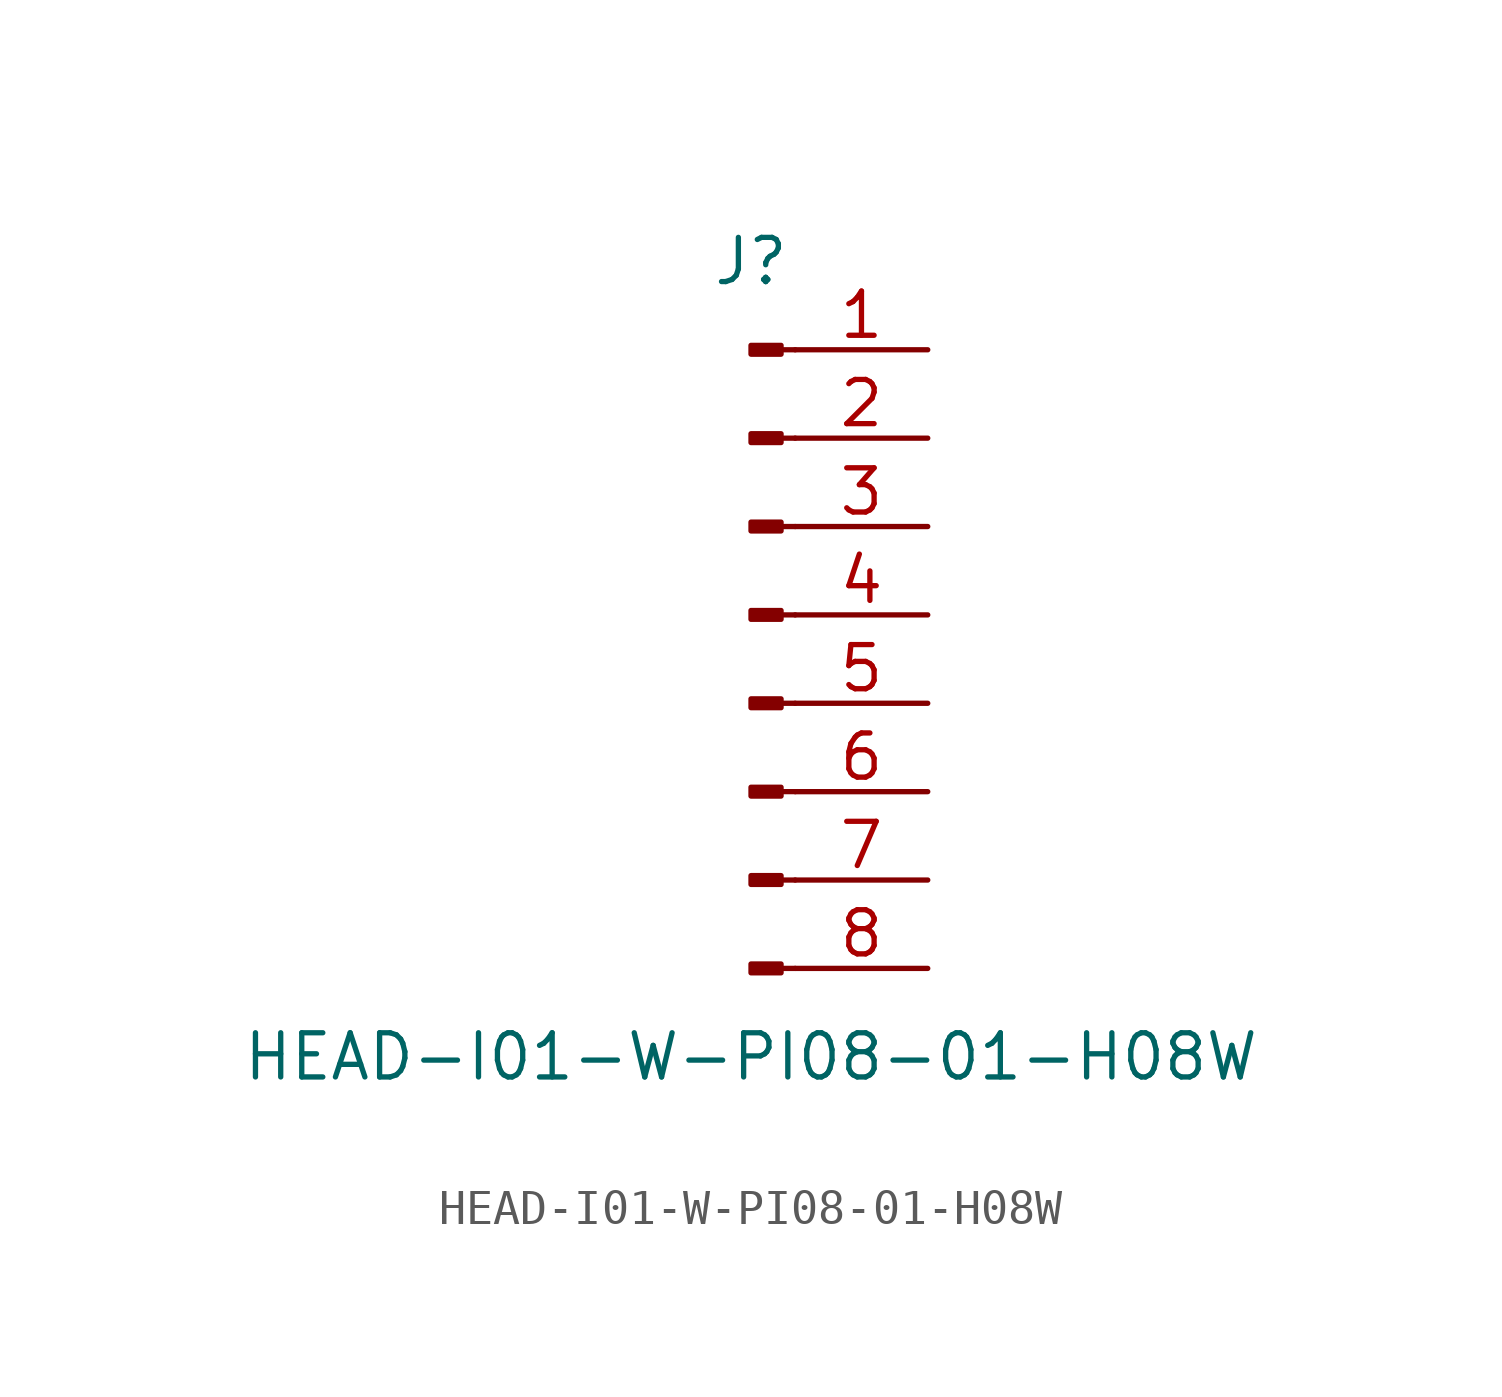
<source format=kicad_sym>
(kicad_symbol_lib
  (version 20211014)
  (generator kicad_symbol_editor)
  (symbol "HEAD-I01-W-PI08-01-H08W"
    (pin_names
      (offset 1.016) hide)
    (property "Reference" "J"
      (at 0 10.16 0)
      (effects (font (size 1.27 1.27))))
    (property "Value" "HEAD-I01-W-PI08-01-H08W"
      (at 0 -12.7 0)
      (effects (font (size 1.27 1.27))))
    (symbol "HEAD-I01-W-PI08-01-H08W_1_1"
      (polyline (pts (xy 1.27 -10.16) (xy 0.864 -10.16)) (stroke (width 0.152) (type default) (color 0 0 0 0)) (fill (type none)))
      (polyline (pts (xy 1.27 -7.62) (xy 0.864 -7.62)) (stroke (width 0.152) (type default) (color 0 0 0 0)) (fill (type none)))
      (polyline (pts (xy 1.27 -5.08) (xy 0.864 -5.08)) (stroke (width 0.152) (type default) (color 0 0 0 0)) (fill (type none)))
      (polyline (pts (xy 1.27 -2.54) (xy 0.864 -2.54)) (stroke (width 0.152) (type default) (color 0 0 0 0)) (fill (type none)))
      (polyline (pts (xy 1.27 0) (xy 0.864 0)) (stroke (width 0.152) (type default) (color 0 0 0 0)) (fill (type none)))
      (polyline (pts (xy 1.27 2.54) (xy 0.864 2.54)) (stroke (width 0.152) (type default) (color 0 0 0 0)) (fill (type none)))
      (polyline (pts (xy 1.27 5.08) (xy 0.864 5.08)) (stroke (width 0.152) (type default) (color 0 0 0 0)) (fill (type none)))
      (polyline (pts (xy 1.27 7.62) (xy 0.864 7.62)) (stroke (width 0.152) (type default) (color 0 0 0 0)) (fill (type none)))
      (rectangle (start 0.864 -10.033) (end 0 -10.287) (stroke (width 0.152) (type default) (color 0 0 0 0)) (fill (type outline)))
      (rectangle (start 0.864 -7.493) (end 0 -7.747) (stroke (width 0.152) (type default) (color 0 0 0 0)) (fill (type outline)))
      (rectangle (start 0.864 -4.953) (end 0 -5.207) (stroke (width 0.152) (type default) (color 0 0 0 0)) (fill (type outline)))
      (rectangle (start 0.864 -2.413) (end 0 -2.667) (stroke (width 0.152) (type default) (color 0 0 0 0)) (fill (type outline)))
      (rectangle (start 0.864 0.127) (end 0 -0.127) (stroke (width 0.152) (type default) (color 0 0 0 0)) (fill (type outline)))
      (rectangle (start 0.864 2.667) (end 0 2.413) (stroke (width 0.152) (type default) (color 0 0 0 0)) (fill (type outline)))
      (rectangle (start 0.864 5.207) (end 0 4.953) (stroke (width 0.152) (type default) (color 0 0 0 0)) (fill (type outline)))
      (rectangle (start 0.864 7.747) (end 0 7.493) (stroke (width 0.152) (type default) (color 0 0 0 0)) (fill (type outline)))
      (pin passive line (at 5.08 7.62 180) (length 3.81) (name "Pin_1" (effects (font (size 1.27 1.27)))) (number "1" (effects (font (size 1.27 1.27)))))
      (pin passive line (at 5.08 5.08 180) (length 3.81) (name "Pin_2" (effects (font (size 1.27 1.27)))) (number "2" (effects (font (size 1.27 1.27)))))
      (pin passive line (at 5.08 2.54 180) (length 3.81) (name "Pin_3" (effects (font (size 1.27 1.27)))) (number "3" (effects (font (size 1.27 1.27)))))
      (pin passive line (at 5.08 0 180) (length 3.81) (name "Pin_4" (effects (font (size 1.27 1.27)))) (number "4" (effects (font (size 1.27 1.27)))))
      (pin passive line (at 5.08 -2.54 180) (length 3.81) (name "Pin_5" (effects (font (size 1.27 1.27)))) (number "5" (effects (font (size 1.27 1.27)))))
      (pin passive line (at 5.08 -5.08 180) (length 3.81) (name "Pin_6" (effects (font (size 1.27 1.27)))) (number "6" (effects (font (size 1.27 1.27)))))
      (pin passive line (at 5.08 -7.62 180) (length 3.81) (name "Pin_7" (effects (font (size 1.27 1.27)))) (number "7" (effects (font (size 1.27 1.27)))))
      (pin passive line (at 5.08 -10.16 180) (length 3.81) (name "Pin_8" (effects (font (size 1.27 1.27)))) (number "8" (effects (font (size 1.27 1.27))))))))
</source>
